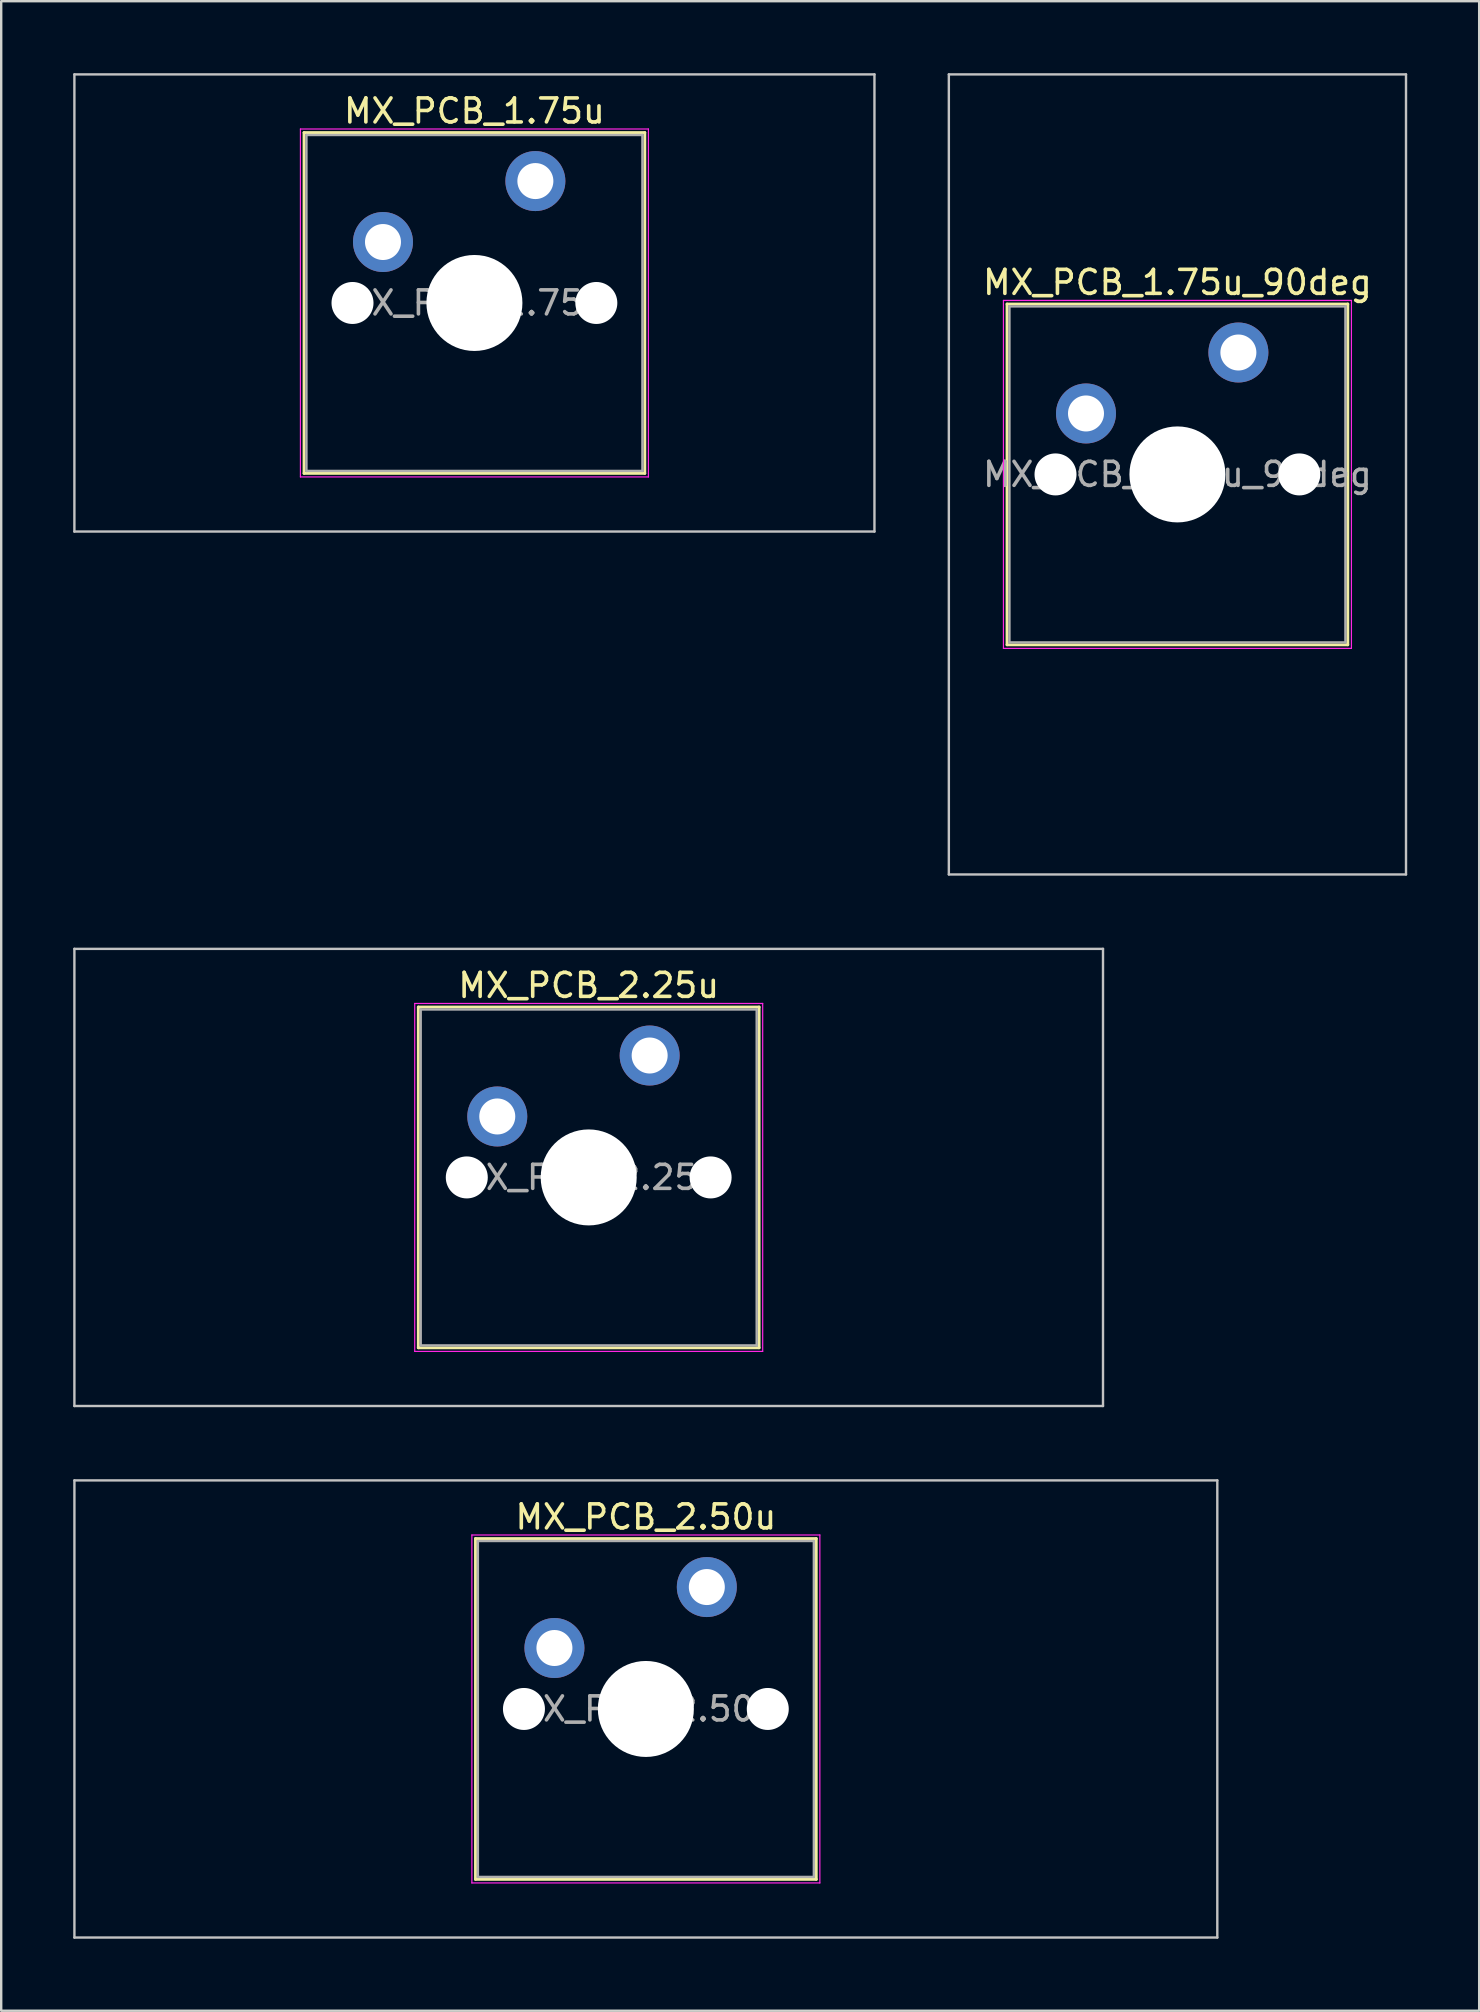
<source format=kicad_pcb>
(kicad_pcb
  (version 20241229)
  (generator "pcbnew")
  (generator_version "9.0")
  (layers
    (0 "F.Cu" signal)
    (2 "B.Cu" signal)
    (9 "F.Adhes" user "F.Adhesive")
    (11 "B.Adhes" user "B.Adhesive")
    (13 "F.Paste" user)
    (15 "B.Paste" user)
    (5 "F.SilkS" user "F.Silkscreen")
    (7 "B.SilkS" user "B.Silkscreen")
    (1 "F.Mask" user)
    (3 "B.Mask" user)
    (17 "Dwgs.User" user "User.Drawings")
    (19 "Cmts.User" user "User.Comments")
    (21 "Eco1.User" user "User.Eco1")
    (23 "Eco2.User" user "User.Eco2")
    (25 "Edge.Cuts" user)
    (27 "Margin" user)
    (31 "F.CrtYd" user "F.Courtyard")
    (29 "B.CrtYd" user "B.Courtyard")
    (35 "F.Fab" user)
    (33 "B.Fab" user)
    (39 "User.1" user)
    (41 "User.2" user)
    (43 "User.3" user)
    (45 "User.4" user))
  (footprint "MX_PCB_1.75u_90deg"
    (layer "F.Cu")
    (at 46.013 16.719)
    (property "Reference" "MX_PCB_1.75u_90deg" (at 0 -8 0) (layer "F.SilkS") (effects (font (size 1 1) (thickness 0.15))))
    (attr through_hole)
    (fp_line (start -7.1 -7.1) (end -7.1 7.1) (stroke (width 0.12) (type solid)) (layer "F.SilkS"))
    (fp_line (start -7.1 7.1) (end 7.1 7.1) (stroke (width 0.12) (type solid)) (layer "F.SilkS"))
    (fp_line (start 7.1 -7.1) (end -7.1 -7.1) (stroke (width 0.12) (type solid)) (layer "F.SilkS"))
    (fp_line (start 7.1 7.1) (end 7.1 -7.1) (stroke (width 0.12) (type solid)) (layer "F.SilkS"))
    (fp_line (start -9.525 -16.669) (end 9.525 -16.669) (stroke (width 0.1) (type solid)) (layer "Dwgs.User"))
    (fp_line (start -9.525 16.669) (end -9.525 -16.669) (stroke (width 0.1) (type solid)) (layer "Dwgs.User"))
    (fp_line (start 9.525 -16.669) (end 9.525 16.669) (stroke (width 0.1) (type solid)) (layer "Dwgs.User"))
    (fp_line (start 9.525 16.669) (end -9.525 16.669) (stroke (width 0.1) (type solid)) (layer "Dwgs.User"))
    (fp_line (start -7 -7) (end -7 7) (stroke (width 0.1) (type solid)) (layer "Eco1.User"))
    (fp_line (start -7 7) (end 7 7) (stroke (width 0.1) (type solid)) (layer "Eco1.User"))
    (fp_line (start 7 -7) (end -7 -7) (stroke (width 0.1) (type solid)) (layer "Eco1.User"))
    (fp_line (start 7 7) (end 7 -7) (stroke (width 0.1) (type solid)) (layer "Eco1.User"))
    (fp_line (start -7.25 -7.25) (end -7.25 7.25) (stroke (width 0.05) (type solid)) (layer "F.CrtYd"))
    (fp_line (start -7.25 7.25) (end 7.25 7.25) (stroke (width 0.05) (type solid)) (layer "F.CrtYd"))
    (fp_line (start 7.25 -7.25) (end -7.25 -7.25) (stroke (width 0.05) (type solid)) (layer "F.CrtYd"))
    (fp_line (start 7.25 7.25) (end 7.25 -7.25) (stroke (width 0.05) (type solid)) (layer "F.CrtYd"))
    (fp_line (start -7 -7) (end -7 7) (stroke (width 0.1) (type solid)) (layer "F.Fab"))
    (fp_line (start -7 7) (end 7 7) (stroke (width 0.1) (type solid)) (layer "F.Fab"))
    (fp_line (start 7 -7) (end -7 -7) (stroke (width 0.1) (type solid)) (layer "F.Fab"))
    (fp_line (start 7 7) (end 7 -7) (stroke (width 0.1) (type solid)) (layer "F.Fab"))
    (fp_text user "${REFERENCE}" (at 0 0 0) (layer "F.Fab") (effects (font (size 1 1) (thickness 0.15))))
    (pad "" np_thru_hole circle (at -5.08 0) (size 1.75 1.75) (drill 1.75) (layers "*.Cu" "*.Mask"))
    (pad "" np_thru_hole circle (at 0 0) (size 4 4) (drill 4) (layers "*.Cu" "*.Mask"))
    (pad "" np_thru_hole circle (at 5.08 0) (size 1.75 1.75) (drill 1.75) (layers "*.Cu" "*.Mask"))
    (pad "1" thru_hole circle (at -3.81 -2.54) (size 2.5 2.5) (drill 1.5) (layers "*.Cu" "*.Mask"))
    (pad "2" thru_hole circle (at 2.54 -5.08) (size 2.5 2.5) (drill 1.5) (layers "*.Cu" "*.Mask")))
  (footprint "MX_PCB_2.25u"
    (layer "F.Cu")
    (at 21.481 46.013)
    (property "Reference" "MX_PCB_2.25u" (at 0 -8 0) (layer "F.SilkS") (effects (font (size 1 1) (thickness 0.15))))
    (attr through_hole)
    (fp_line (start -7.1 -7.1) (end -7.1 7.1) (stroke (width 0.12) (type solid)) (layer "F.SilkS"))
    (fp_line (start -7.1 7.1) (end 7.1 7.1) (stroke (width 0.12) (type solid)) (layer "F.SilkS"))
    (fp_line (start 7.1 -7.1) (end -7.1 -7.1) (stroke (width 0.12) (type solid)) (layer "F.SilkS"))
    (fp_line (start 7.1 7.1) (end 7.1 -7.1) (stroke (width 0.12) (type solid)) (layer "F.SilkS"))
    (fp_line (start -21.431 -9.525) (end -21.431 9.525) (stroke (width 0.1) (type solid)) (layer "Dwgs.User"))
    (fp_line (start -21.431 9.525) (end 21.431 9.525) (stroke (width 0.1) (type solid)) (layer "Dwgs.User"))
    (fp_line (start 21.431 -9.525) (end -21.431 -9.525) (stroke (width 0.1) (type solid)) (layer "Dwgs.User"))
    (fp_line (start 21.431 9.525) (end 21.431 -9.525) (stroke (width 0.1) (type solid)) (layer "Dwgs.User"))
    (fp_line (start -7 -7) (end -7 7) (stroke (width 0.1) (type solid)) (layer "Eco1.User"))
    (fp_line (start -7 7) (end 7 7) (stroke (width 0.1) (type solid)) (layer "Eco1.User"))
    (fp_line (start 7 -7) (end -7 -7) (stroke (width 0.1) (type solid)) (layer "Eco1.User"))
    (fp_line (start 7 7) (end 7 -7) (stroke (width 0.1) (type solid)) (layer "Eco1.User"))
    (fp_line (start -7.25 -7.25) (end -7.25 7.25) (stroke (width 0.05) (type solid)) (layer "F.CrtYd"))
    (fp_line (start -7.25 7.25) (end 7.25 7.25) (stroke (width 0.05) (type solid)) (layer "F.CrtYd"))
    (fp_line (start 7.25 -7.25) (end -7.25 -7.25) (stroke (width 0.05) (type solid)) (layer "F.CrtYd"))
    (fp_line (start 7.25 7.25) (end 7.25 -7.25) (stroke (width 0.05) (type solid)) (layer "F.CrtYd"))
    (fp_line (start -7 -7) (end -7 7) (stroke (width 0.1) (type solid)) (layer "F.Fab"))
    (fp_line (start -7 7) (end 7 7) (stroke (width 0.1) (type solid)) (layer "F.Fab"))
    (fp_line (start 7 -7) (end -7 -7) (stroke (width 0.1) (type solid)) (layer "F.Fab"))
    (fp_line (start 7 7) (end 7 -7) (stroke (width 0.1) (type solid)) (layer "F.Fab"))
    (fp_text user "${REFERENCE}" (at 0 0 0) (layer "F.Fab") (effects (font (size 1 1) (thickness 0.15))))
    (pad "" np_thru_hole circle (at -5.08 0) (size 1.75 1.75) (drill 1.75) (layers "*.Cu" "*.Mask"))
    (pad "" np_thru_hole circle (at 0 0) (size 4 4) (drill 4) (layers "*.Cu" "*.Mask"))
    (pad "" np_thru_hole circle (at 5.08 0) (size 1.75 1.75) (drill 1.75) (layers "*.Cu" "*.Mask"))
    (pad "1" thru_hole circle (at -3.81 -2.54) (size 2.5 2.5) (drill 1.5) (layers "*.Cu" "*.Mask"))
    (pad "2" thru_hole circle (at 2.54 -5.08) (size 2.5 2.5) (drill 1.5) (layers "*.Cu" "*.Mask")))
  (footprint "MX_PCB_2.50u"
    (layer "F.Cu")
    (at 23.863 68.162)
    (property "Reference" "MX_PCB_2.50u" (at 0 -8 0) (layer "F.SilkS") (effects (font (size 1 1) (thickness 0.15))))
    (attr through_hole)
    (fp_line (start -7.1 -7.1) (end -7.1 7.1) (stroke (width 0.12) (type solid)) (layer "F.SilkS"))
    (fp_line (start -7.1 7.1) (end 7.1 7.1) (stroke (width 0.12) (type solid)) (layer "F.SilkS"))
    (fp_line (start 7.1 -7.1) (end -7.1 -7.1) (stroke (width 0.12) (type solid)) (layer "F.SilkS"))
    (fp_line (start 7.1 7.1) (end 7.1 -7.1) (stroke (width 0.12) (type solid)) (layer "F.SilkS"))
    (fp_line (start -23.812 -9.525) (end -23.812 9.525) (stroke (width 0.1) (type solid)) (layer "Dwgs.User"))
    (fp_line (start -23.812 9.525) (end 23.812 9.525) (stroke (width 0.1) (type solid)) (layer "Dwgs.User"))
    (fp_line (start 23.812 -9.525) (end -23.812 -9.525) (stroke (width 0.1) (type solid)) (layer "Dwgs.User"))
    (fp_line (start 23.812 9.525) (end 23.812 -9.525) (stroke (width 0.1) (type solid)) (layer "Dwgs.User"))
    (fp_line (start -7 -7) (end -7 7) (stroke (width 0.1) (type solid)) (layer "Eco1.User"))
    (fp_line (start -7 7) (end 7 7) (stroke (width 0.1) (type solid)) (layer "Eco1.User"))
    (fp_line (start 7 -7) (end -7 -7) (stroke (width 0.1) (type solid)) (layer "Eco1.User"))
    (fp_line (start 7 7) (end 7 -7) (stroke (width 0.1) (type solid)) (layer "Eco1.User"))
    (fp_line (start -7.25 -7.25) (end -7.25 7.25) (stroke (width 0.05) (type solid)) (layer "F.CrtYd"))
    (fp_line (start -7.25 7.25) (end 7.25 7.25) (stroke (width 0.05) (type solid)) (layer "F.CrtYd"))
    (fp_line (start 7.25 -7.25) (end -7.25 -7.25) (stroke (width 0.05) (type solid)) (layer "F.CrtYd"))
    (fp_line (start 7.25 7.25) (end 7.25 -7.25) (stroke (width 0.05) (type solid)) (layer "F.CrtYd"))
    (fp_line (start -7 -7) (end -7 7) (stroke (width 0.1) (type solid)) (layer "F.Fab"))
    (fp_line (start -7 7) (end 7 7) (stroke (width 0.1) (type solid)) (layer "F.Fab"))
    (fp_line (start 7 -7) (end -7 -7) (stroke (width 0.1) (type solid)) (layer "F.Fab"))
    (fp_line (start 7 7) (end 7 -7) (stroke (width 0.1) (type solid)) (layer "F.Fab"))
    (fp_text user "${REFERENCE}" (at 0 0 0) (layer "F.Fab") (effects (font (size 1 1) (thickness 0.15))))
    (pad "" np_thru_hole circle (at -5.08 0) (size 1.75 1.75) (drill 1.75) (layers "*.Cu" "*.Mask"))
    (pad "" np_thru_hole circle (at 0 0) (size 4 4) (drill 4) (layers "*.Cu" "*.Mask"))
    (pad "" np_thru_hole circle (at 5.08 0) (size 1.75 1.75) (drill 1.75) (layers "*.Cu" "*.Mask"))
    (pad "1" thru_hole circle (at -3.81 -2.54) (size 2.5 2.5) (drill 1.5) (layers "*.Cu" "*.Mask"))
    (pad "2" thru_hole circle (at 2.54 -5.08) (size 2.5 2.5) (drill 1.5) (layers "*.Cu" "*.Mask")))
  (footprint "MX_PCB_1.75u"
    (layer "F.Cu")
    (at 16.719 9.575)
    (property "Reference" "MX_PCB_1.75u" (at 0 -8 0) (layer "F.SilkS") (effects (font (size 1 1) (thickness 0.15))))
    (attr through_hole)
    (fp_line (start -7.1 -7.1) (end -7.1 7.1) (stroke (width 0.12) (type solid)) (layer "F.SilkS"))
    (fp_line (start -7.1 7.1) (end 7.1 7.1) (stroke (width 0.12) (type solid)) (layer "F.SilkS"))
    (fp_line (start 7.1 -7.1) (end -7.1 -7.1) (stroke (width 0.12) (type solid)) (layer "F.SilkS"))
    (fp_line (start 7.1 7.1) (end 7.1 -7.1) (stroke (width 0.12) (type solid)) (layer "F.SilkS"))
    (fp_line (start -16.669 -9.525) (end -16.669 9.525) (stroke (width 0.1) (type solid)) (layer "Dwgs.User"))
    (fp_line (start -16.669 9.525) (end 16.669 9.525) (stroke (width 0.1) (type solid)) (layer "Dwgs.User"))
    (fp_line (start 16.669 -9.525) (end -16.669 -9.525) (stroke (width 0.1) (type solid)) (layer "Dwgs.User"))
    (fp_line (start 16.669 9.525) (end 16.669 -9.525) (stroke (width 0.1) (type solid)) (layer "Dwgs.User"))
    (fp_line (start -7 -7) (end -7 7) (stroke (width 0.1) (type solid)) (layer "Eco1.User"))
    (fp_line (start -7 7) (end 7 7) (stroke (width 0.1) (type solid)) (layer "Eco1.User"))
    (fp_line (start 7 -7) (end -7 -7) (stroke (width 0.1) (type solid)) (layer "Eco1.User"))
    (fp_line (start 7 7) (end 7 -7) (stroke (width 0.1) (type solid)) (layer "Eco1.User"))
    (fp_line (start -7.25 -7.25) (end -7.25 7.25) (stroke (width 0.05) (type solid)) (layer "F.CrtYd"))
    (fp_line (start -7.25 7.25) (end 7.25 7.25) (stroke (width 0.05) (type solid)) (layer "F.CrtYd"))
    (fp_line (start 7.25 -7.25) (end -7.25 -7.25) (stroke (width 0.05) (type solid)) (layer "F.CrtYd"))
    (fp_line (start 7.25 7.25) (end 7.25 -7.25) (stroke (width 0.05) (type solid)) (layer "F.CrtYd"))
    (fp_line (start -7 -7) (end -7 7) (stroke (width 0.1) (type solid)) (layer "F.Fab"))
    (fp_line (start -7 7) (end 7 7) (stroke (width 0.1) (type solid)) (layer "F.Fab"))
    (fp_line (start 7 -7) (end -7 -7) (stroke (width 0.1) (type solid)) (layer "F.Fab"))
    (fp_line (start 7 7) (end 7 -7) (stroke (width 0.1) (type solid)) (layer "F.Fab"))
    (fp_text user "${REFERENCE}" (at 0 0 0) (layer "F.Fab") (effects (font (size 1 1) (thickness 0.15))))
    (pad "" np_thru_hole circle (at -5.08 0) (size 1.75 1.75) (drill 1.75) (layers "*.Cu" "*.Mask"))
    (pad "" np_thru_hole circle (at 0 0) (size 4 4) (drill 4) (layers "*.Cu" "*.Mask"))
    (pad "" np_thru_hole circle (at 5.08 0) (size 1.75 1.75) (drill 1.75) (layers "*.Cu" "*.Mask"))
    (pad "1" thru_hole circle (at -3.81 -2.54) (size 2.5 2.5) (drill 1.5) (layers "*.Cu" "*.Mask"))
    (pad "2" thru_hole circle (at 2.54 -5.08) (size 2.5 2.5) (drill 1.5) (layers "*.Cu" "*.Mask")))
  (gr_rect
    (start -3 -3)
    (end 58.587 80.737)
    (stroke (width 0.1) (type default))
    (fill no)
    (layer "Edge.Cuts")))
</source>
